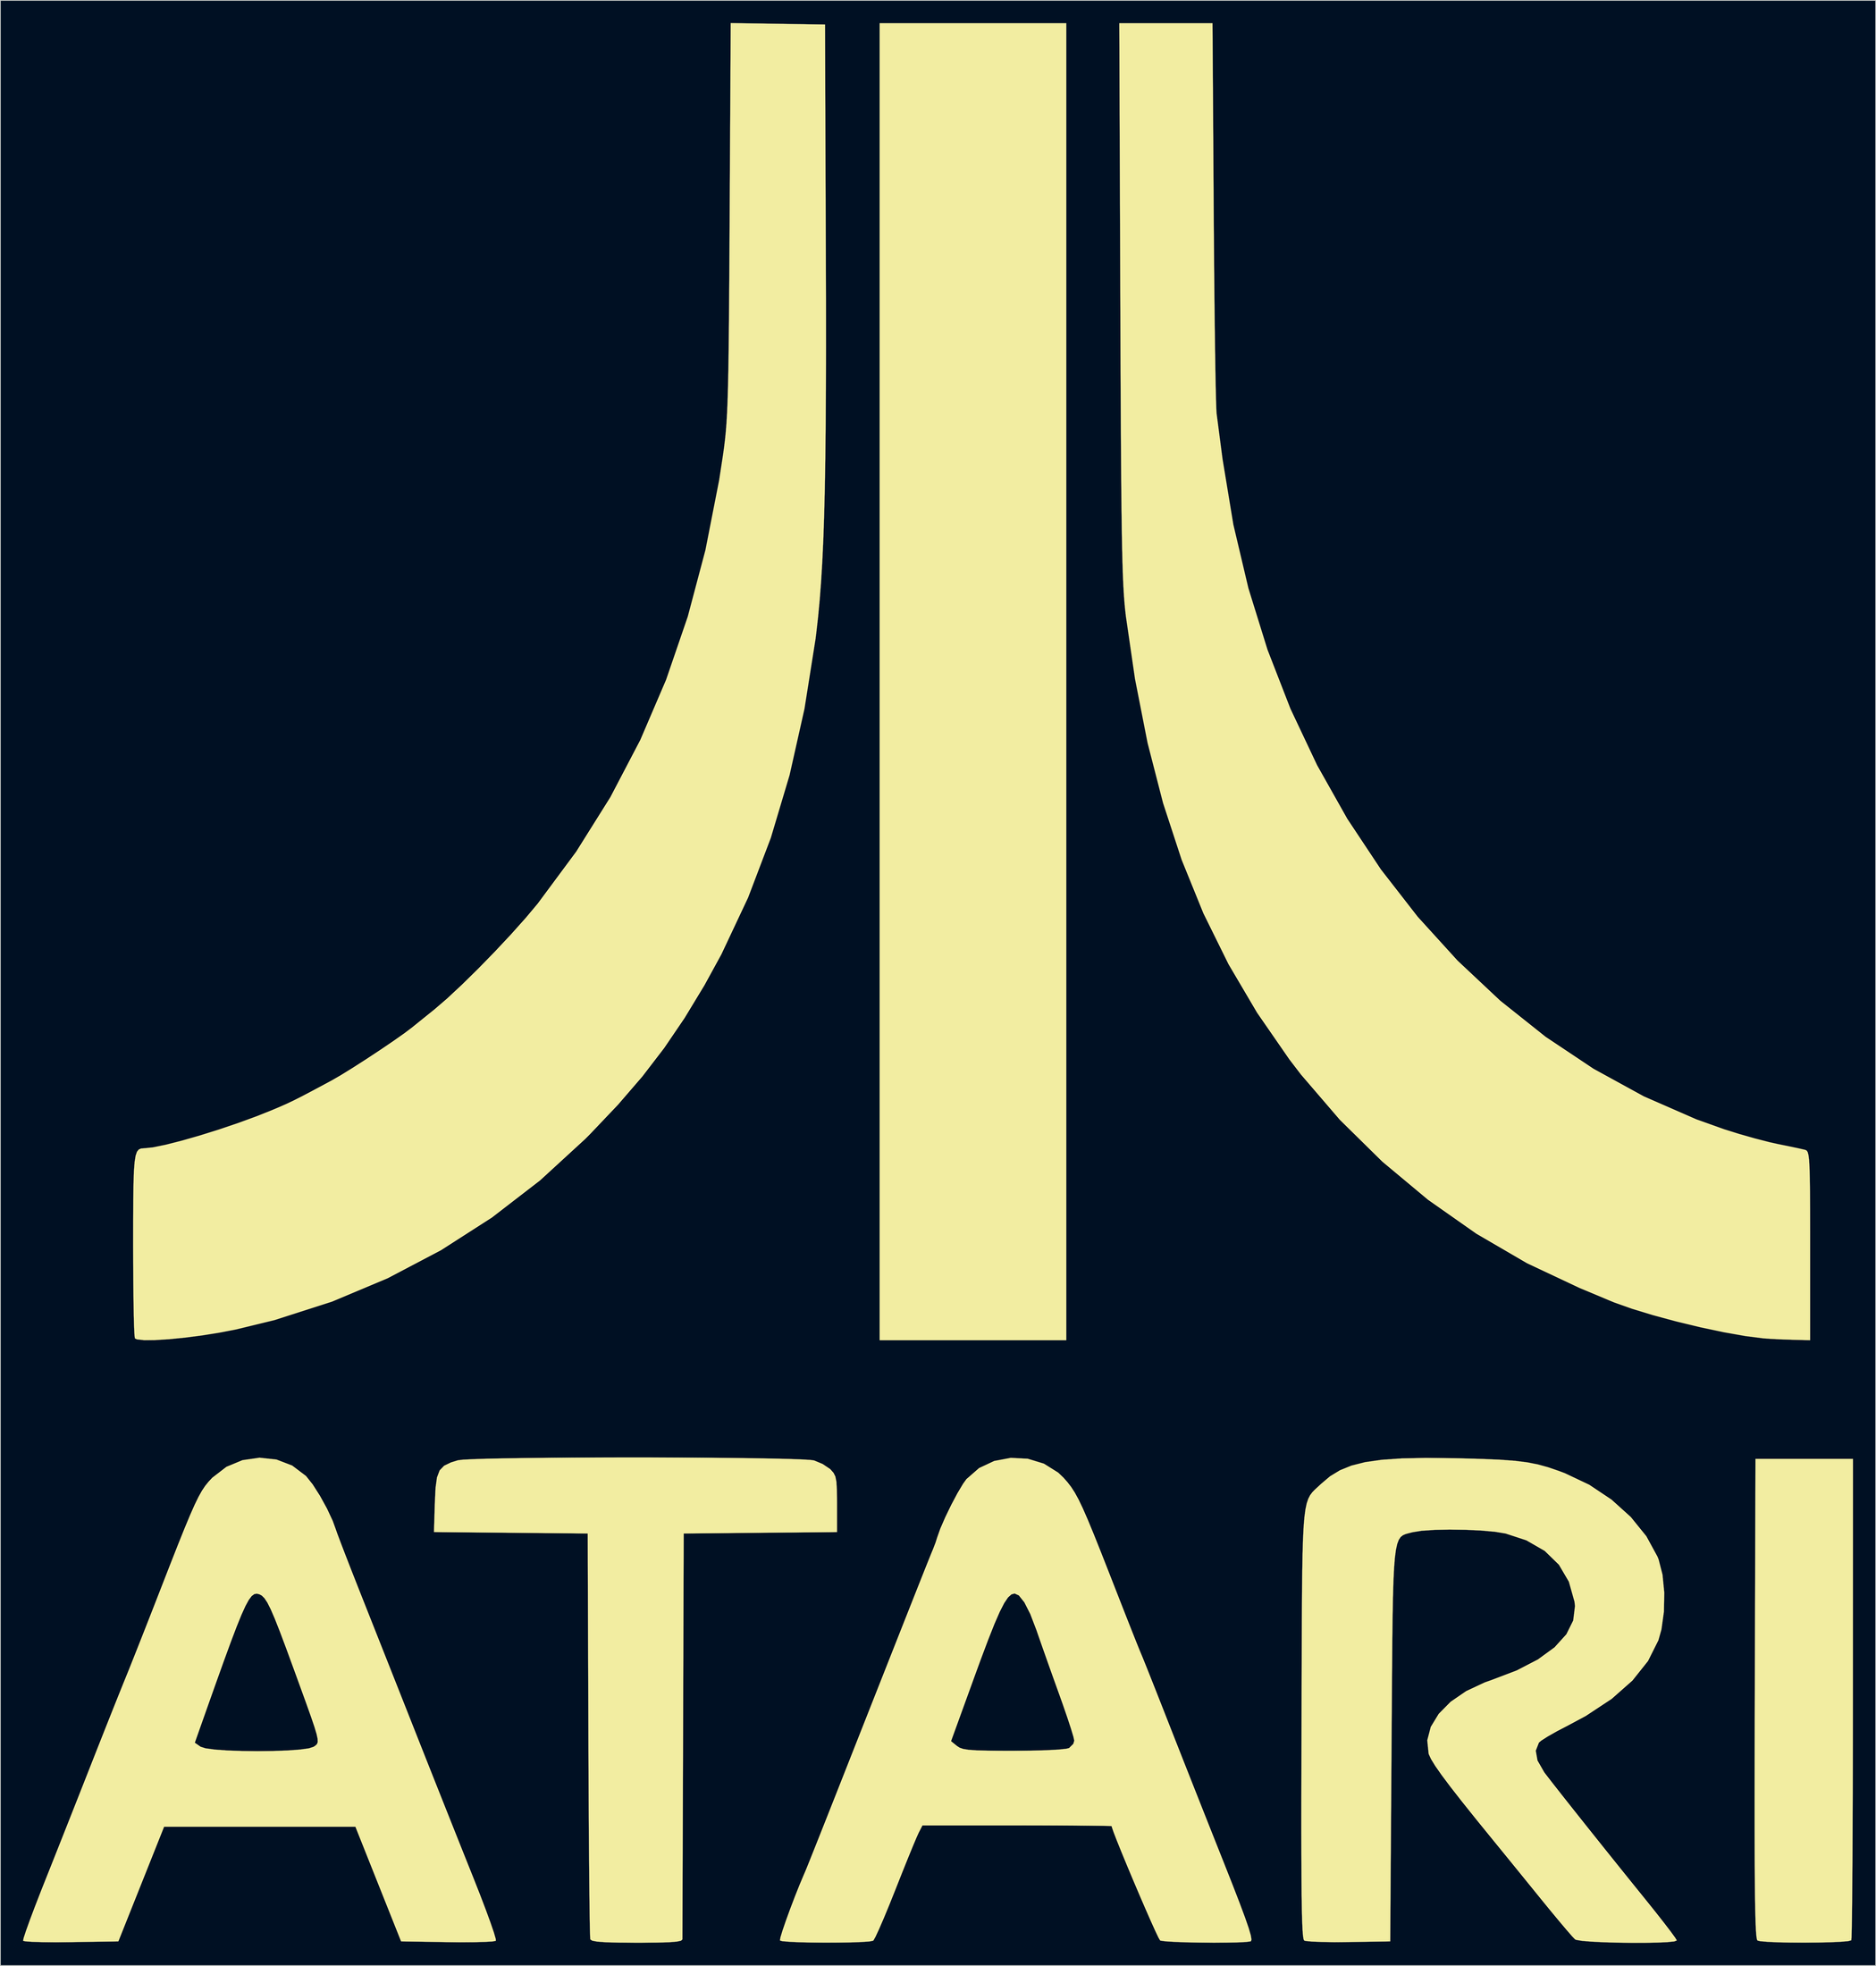
<source format=kicad_pcb>
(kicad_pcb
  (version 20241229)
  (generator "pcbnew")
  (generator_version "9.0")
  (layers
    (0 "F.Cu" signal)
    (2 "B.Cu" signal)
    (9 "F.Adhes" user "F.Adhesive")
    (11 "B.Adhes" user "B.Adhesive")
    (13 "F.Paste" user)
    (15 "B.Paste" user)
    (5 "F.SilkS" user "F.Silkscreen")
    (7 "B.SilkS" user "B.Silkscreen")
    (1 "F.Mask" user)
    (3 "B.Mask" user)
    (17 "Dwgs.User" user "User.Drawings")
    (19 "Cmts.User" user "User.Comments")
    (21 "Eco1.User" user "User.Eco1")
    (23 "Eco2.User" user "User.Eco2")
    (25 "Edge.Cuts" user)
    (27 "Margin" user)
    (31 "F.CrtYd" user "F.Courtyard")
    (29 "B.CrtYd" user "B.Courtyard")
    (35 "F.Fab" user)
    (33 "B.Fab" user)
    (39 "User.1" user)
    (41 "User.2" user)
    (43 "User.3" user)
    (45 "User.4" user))
  (footprint "ATARI-FUJI"
    (layer "F.Cu")
    (at 123.931 125.963)
    (property "Reference" "ATARI-FUJI" (at 0 0 0) (layer "F.SilkS") (effects (font (size 1.524 1.524) (thickness 0.3))))
    (attr through_hole)
    (fp_poly (pts (xy 14.111 48.331) (xy -10.583 48.331) (xy -10.583 -125.942) (xy 14.111 -125.942) (xy 14.111 48.331)) (stroke (width 0.01) (type solid)) (fill yes) (layer "F.SilkS"))
    (fp_poly (pts (xy 118.196 95.721) (xy 118.192 100.391) (xy 118.184 104.861) (xy 118.173 109.08) (xy 118.158 112.997) (xy 118.14 116.563) (xy 118.119 119.726) (xy 118.096 122.436) (xy 118.071 124.642) (xy 118.044 126.295) (xy 118.015 127.343) (xy 117.986 127.735) (xy 117.986 127.736) (xy 117.582 127.845) (xy 116.614 127.931) (xy 115.224 127.994) (xy 113.554 128.032) (xy 111.743 128.047) (xy 109.934 128.037) (xy 108.268 128.002) (xy 106.887 127.941) (xy 105.932 127.855) (xy 105.567 127.766) (xy 105.488 127.585) (xy 105.42 127.122) (xy 105.361 126.341) (xy 105.312 125.206) (xy 105.271 123.679) (xy 105.239 121.723) (xy 105.216 119.303) (xy 105.2 116.382) (xy 105.191 112.921) (xy 105.19 108.886) (xy 105.195 104.239) (xy 105.206 98.942) (xy 105.214 95.757) (xy 105.304 64.029) (xy 118.207 64.029) (xy 118.196 95.721)) (stroke (width 0.01) (type solid)) (fill yes) (layer "F.SilkS"))
    (fp_poly (pts (xy -40.696 63.848) (xy -37.133 63.859) (xy -33.69 63.879) (xy -30.442 63.907) (xy -27.462 63.943) (xy -24.827 63.988) (xy -22.611 64.041) (xy -20.889 64.103) (xy -19.737 64.173) (xy -19.27 64.237) (xy -18.137 64.708) (xy -17.162 65.361) (xy -17.065 65.453) (xy -16.688 65.882) (xy -16.445 66.369) (xy -16.307 67.069) (xy -16.244 68.141) (xy -16.228 69.739) (xy -16.228 70.005) (xy -16.228 73.72) (xy -26.37 73.813) (xy -36.513 73.907) (xy -36.597 100.542) (xy -36.611 104.821) (xy -36.624 108.898) (xy -36.636 112.719) (xy -36.648 116.228) (xy -36.658 119.369) (xy -36.667 122.086) (xy -36.674 124.324) (xy -36.68 126.028) (xy -36.684 127.142) (xy -36.686 127.61) (xy -36.686 127.617) (xy -36.861 127.787) (xy -37.434 127.911) (xy -38.479 127.994) (xy -40.069 128.041) (xy -42.279 128.058) (xy -42.697 128.058) (xy -45.057 128.044) (xy -46.782 127.997) (xy -47.946 127.914) (xy -48.619 127.787) (xy -48.871 127.617) (xy -48.899 127.202) (xy -48.928 126.136) (xy -48.957 124.476) (xy -48.985 122.277) (xy -49.013 119.594) (xy -49.04 116.484) (xy -49.065 113.002) (xy -49.088 109.203) (xy -49.107 105.143) (xy -49.124 100.878) (xy -49.125 100.542) (xy -49.212 73.907) (xy -59.386 73.813) (xy -69.559 73.72) (xy -69.44 69.813) (xy -69.347 67.863) (xy -69.159 66.488) (xy -68.805 65.557) (xy -68.213 64.939) (xy -67.312 64.504) (xy -66.382 64.216) (xy -65.751 64.14) (xy -64.49 64.073) (xy -62.672 64.014) (xy -60.375 63.964) (xy -57.671 63.923) (xy -54.638 63.891) (xy -51.348 63.867) (xy -47.878 63.852) (xy -44.302 63.846) (xy -40.696 63.848)) (stroke (width 0.01) (type solid)) (fill yes) (layer "F.SilkS"))
    (fp_poly (pts (xy 33.617 -100.983) (xy 33.646 -96.8) (xy 33.68 -92.787) (xy 33.718 -89.007) (xy 33.759 -85.519) (xy 33.801 -82.386) (xy 33.845 -79.67) (xy 33.89 -77.432) (xy 33.933 -75.734) (xy 33.975 -74.636) (xy 34.003 -74.26) (xy 34.143 -73.191) (xy 34.344 -71.643) (xy 34.58 -69.837) (xy 34.785 -68.263) (xy 36.215 -59.594) (xy 38.204 -51.18) (xy 40.729 -43.049) (xy 43.767 -35.233) (xy 47.296 -27.76) (xy 51.295 -20.661) (xy 55.739 -13.966) (xy 60.608 -7.703) (xy 65.879 -1.904) (xy 71.529 3.402) (xy 77.537 8.186) (xy 83.88 12.418) (xy 90.535 16.067) (xy 97.48 19.104) (xy 101.154 20.416) (xy 103.125 21.033) (xy 105.21 21.627) (xy 107.126 22.121) (xy 108.307 22.384) (xy 109.748 22.676) (xy 110.973 22.934) (xy 111.778 23.117) (xy 111.919 23.154) (xy 112.082 23.242) (xy 112.214 23.448) (xy 112.318 23.84) (xy 112.397 24.489) (xy 112.454 25.462) (xy 112.493 26.828) (xy 112.518 28.657) (xy 112.531 31.017) (xy 112.536 33.976) (xy 112.536 35.831) (xy 112.536 48.331) (xy 110.155 48.271) (xy 108.667 48.22) (xy 107.237 48.147) (xy 106.362 48.084) (xy 103.955 47.777) (xy 101.113 47.274) (xy 98.016 46.617) (xy 94.842 45.851) (xy 91.767 45.02) (xy 88.97 44.168) (xy 86.629 43.338) (xy 85.901 43.04) (xy 85.277 42.775) (xy 84.186 42.317) (xy 82.811 41.742) (xy 82.021 41.412) (xy 75.072 38.14) (xy 68.369 34.232) (xy 61.968 29.737) (xy 55.929 24.698) (xy 50.309 19.164) (xy 45.168 13.178) (xy 43.63 11.171) (xy 39.364 4.999) (xy 35.579 -1.426) (xy 32.257 -8.156) (xy 29.378 -15.244) (xy 26.923 -22.741) (xy 24.872 -30.7) (xy 23.208 -39.172) (xy 22.002 -47.449) (xy 21.902 -48.323) (xy 21.812 -49.264) (xy 21.733 -50.317) (xy 21.662 -51.528) (xy 21.6 -52.94) (xy 21.546 -54.6) (xy 21.498 -56.552) (xy 21.456 -58.842) (xy 21.42 -61.514) (xy 21.387 -64.613) (xy 21.359 -68.186) (xy 21.333 -72.275) (xy 21.309 -76.928) (xy 21.286 -82.188) (xy 21.263 -88.102) (xy 21.259 -89.165) (xy 21.128 -125.942) (xy 33.46 -125.942) (xy 33.617 -100.983)) (stroke (width 0.01) (type solid)) (fill yes) (layer "F.SilkS"))
    (fp_poly (pts (xy -17.815 -125.765) (xy -17.709 -95.956) (xy -17.69 -89.21) (xy -17.686 -83.12) (xy -17.698 -77.636) (xy -17.727 -72.709) (xy -17.775 -68.289) (xy -17.842 -64.327) (xy -17.93 -60.772) (xy -18.04 -57.575) (xy -18.174 -54.687) (xy -18.334 -52.059) (xy -18.519 -49.639) (xy -18.732 -47.38) (xy -18.974 -45.231) (xy -19.071 -44.453) (xy -20.536 -35.22) (xy -22.504 -26.46) (xy -24.987 -18.144) (xy -27.992 -10.244) (xy -31.53 -2.729) (xy -33.768 1.358) (xy -36.399 5.698) (xy -39.093 9.663) (xy -41.982 13.427) (xy -45.201 17.16) (xy -48.881 21.033) (xy -49.552 21.708) (xy -55.519 27.183) (xy -61.886 32.092) (xy -68.618 36.413) (xy -75.679 40.128) (xy -83.035 43.218) (xy -90.65 45.664) (xy -95.779 46.911) (xy -97.987 47.336) (xy -100.276 47.7) (xy -102.529 47.991) (xy -104.63 48.199) (xy -106.461 48.313) (xy -107.906 48.324) (xy -108.847 48.221) (xy -109.126 48.095) (xy -109.181 47.699) (xy -109.232 46.68) (xy -109.277 45.122) (xy -109.314 43.107) (xy -109.341 40.718) (xy -109.357 38.038) (xy -109.361 35.819) (xy -109.359 32.465) (xy -109.346 29.75) (xy -109.315 27.606) (xy -109.259 25.966) (xy -109.169 24.762) (xy -109.038 23.927) (xy -108.857 23.394) (xy -108.62 23.095) (xy -108.319 22.963) (xy -107.945 22.931) (xy -107.875 22.931) (xy -106.718 22.807) (xy -105.031 22.461) (xy -102.939 21.929) (xy -100.567 21.25) (xy -98.042 20.461) (xy -95.489 19.598) (xy -93.033 18.7) (xy -91.145 17.949) (xy -90.043 17.485) (xy -89.099 17.07) (xy -88.172 16.632) (xy -87.119 16.102) (xy -85.797 15.409) (xy -84.064 14.482) (xy -83.079 13.952) (xy -81.883 13.261) (xy -80.304 12.285) (xy -78.506 11.132) (xy -76.656 9.911) (xy -74.918 8.732) (xy -73.458 7.703) (xy -72.464 6.952) (xy -71.877 6.478) (xy -70.922 5.708) (xy -69.783 4.791) (xy -69.497 4.561) (xy -67.844 3.14) (xy -65.874 1.304) (xy -63.716 -0.816) (xy -61.5 -3.089) (xy -59.353 -5.381) (xy -57.404 -7.562) (xy -55.831 -9.44) (xy -50.735 -16.318) (xy -46.212 -23.532) (xy -42.25 -31.104) (xy -38.84 -39.06) (xy -35.971 -47.424) (xy -33.635 -56.22) (xy -31.82 -65.473) (xy -31.311 -68.792) (xy -31.171 -69.809) (xy -31.049 -70.809) (xy -30.944 -71.85) (xy -30.854 -72.989) (xy -30.778 -74.284) (xy -30.713 -75.793) (xy -30.658 -77.573) (xy -30.612 -79.681) (xy -30.572 -82.176) (xy -30.538 -85.115) (xy -30.507 -88.556) (xy -30.479 -92.556) (xy -30.45 -97.173) (xy -30.435 -99.932) (xy -30.29 -125.958) (xy -17.815 -125.765)) (stroke (width 0.01) (type solid)) (fill yes) (layer "F.SilkS"))
    (fp_poly (pts (xy -90.41 64.116) (xy -88.32 64.917) (xy -86.512 66.283) (xy -86.47 66.326) (xy -85.61 67.407) (xy -84.648 68.913) (xy -83.718 70.604) (xy -82.954 72.24) (xy -82.556 73.335) (xy -82.352 73.919) (xy -81.926 75.052) (xy -81.32 76.631) (xy -80.573 78.551) (xy -79.726 80.705) (xy -79.206 82.021) (xy -78.254 84.421) (xy -77.112 87.305) (xy -75.845 90.502) (xy -74.524 93.841) (xy -73.214 97.15) (xy -71.986 100.257) (xy -71.873 100.542) (xy -70.644 103.647) (xy -69.316 106.994) (xy -67.96 110.406) (xy -66.646 113.706) (xy -65.445 116.716) (xy -64.427 119.26) (xy -64.365 119.415) (xy -63.48 121.657) (xy -62.706 123.684) (xy -62.077 125.403) (xy -61.625 126.724) (xy -61.384 127.554) (xy -61.362 127.802) (xy -61.78 127.886) (xy -62.784 127.948) (xy -64.255 127.986) (xy -66.074 127.995) (xy -67.76 127.979) (xy -73.907 127.882) (xy -76.93 120.297) (xy -79.952 112.713) (xy -105.269 112.713) (xy -108.294 120.297) (xy -111.32 127.882) (xy -117.546 127.978) (xy -119.567 127.995) (xy -121.332 127.981) (xy -122.724 127.94) (xy -123.627 127.875) (xy -123.926 127.802) (xy -123.845 127.409) (xy -123.533 126.46) (xy -123.027 125.053) (xy -122.362 123.286) (xy -121.573 121.256) (xy -121.193 120.297) (xy -120.17 117.73) (xy -118.981 114.732) (xy -117.713 111.529) (xy -116.457 108.35) (xy -115.302 105.419) (xy -115.049 104.775) (xy -114.064 102.276) (xy -113.792 101.59) (xy -101.205 101.59) (xy -100.442 102.124) (xy -99.779 102.335) (xy -98.553 102.499) (xy -96.907 102.617) (xy -94.981 102.687) (xy -92.916 102.711) (xy -90.855 102.687) (xy -88.938 102.617) (xy -87.307 102.499) (xy -86.104 102.334) (xy -85.483 102.132) (xy -85.225 101.954) (xy -85.037 101.772) (xy -84.939 101.51) (xy -84.949 101.093) (xy -85.088 100.446) (xy -85.374 99.493) (xy -85.827 98.158) (xy -86.465 96.367) (xy -87.308 94.044) (xy -88.084 91.913) (xy -89.117 89.095) (xy -89.953 86.871) (xy -90.625 85.168) (xy -91.167 83.914) (xy -91.611 83.037) (xy -91.992 82.464) (xy -92.342 82.121) (xy -92.654 81.953) (xy -93 81.868) (xy -93.333 81.927) (xy -93.678 82.182) (xy -94.06 82.689) (xy -94.504 83.5) (xy -95.034 84.669) (xy -95.676 86.251) (xy -96.454 88.299) (xy -97.393 90.866) (xy -98.518 94.007) (xy -99.49 96.744) (xy -101.205 101.59) (xy -113.792 101.59) (xy -113.079 99.788) (xy -112.151 97.451) (xy -111.334 95.408) (xy -110.687 93.8) (xy -110.416 93.133) (xy -109.89 91.834) (xy -109.167 90.019) (xy -108.3 87.829) (xy -107.348 85.407) (xy -106.365 82.895) (xy -105.818 81.492) (xy -104.527 78.179) (xy -103.455 75.455) (xy -102.57 73.252) (xy -101.84 71.499) (xy -101.234 70.128) (xy -100.718 69.068) (xy -100.261 68.25) (xy -99.83 67.605) (xy -99.393 67.064) (xy -98.918 66.556) (xy -98.882 66.519) (xy -97.017 65.082) (xy -94.893 64.201) (xy -92.646 63.878) (xy -90.41 64.116)) (stroke (width 0.01) (type solid)) (fill yes) (layer "F.SilkS"))
    (fp_poly (pts (xy 65.448 63.942) (xy 66.24 63.959) (xy 69.193 64.042) (xy 71.57 64.146) (xy 73.498 64.29) (xy 75.106 64.492) (xy 76.522 64.771) (xy 77.875 65.145) (xy 79.294 65.632) (xy 80.081 65.928) (xy 83.31 67.458) (xy 86.251 69.42) (xy 88.802 71.72) (xy 90.864 74.267) (xy 92.337 76.969) (xy 92.488 77.348) (xy 93.004 79.356) (xy 93.238 81.745) (xy 93.19 84.249) (xy 92.862 86.603) (xy 92.458 88.037) (xy 91.084 90.78) (xy 89.024 93.365) (xy 86.28 95.788) (xy 82.855 98.049) (xy 80.488 99.318) (xy 79.045 100.069) (xy 77.818 100.764) (xy 76.96 101.312) (xy 76.652 101.573) (xy 76.232 102.646) (xy 76.461 103.946) (xy 77.344 105.489) (xy 77.523 105.73) (xy 78.448 106.925) (xy 79.742 108.572) (xy 81.327 110.576) (xy 83.127 112.84) (xy 85.067 115.269) (xy 87.07 117.768) (xy 89.059 120.24) (xy 90.752 122.335) (xy 92.059 123.964) (xy 93.196 125.411) (xy 94.095 126.586) (xy 94.685 127.398) (xy 94.897 127.755) (xy 94.897 127.755) (xy 94.567 127.884) (xy 93.663 127.978) (xy 92.318 128.04) (xy 90.663 128.072) (xy 88.829 128.073) (xy 86.948 128.046) (xy 85.152 127.992) (xy 83.571 127.913) (xy 82.339 127.809) (xy 81.585 127.682) (xy 81.437 127.617) (xy 81.046 127.209) (xy 80.297 126.348) (xy 79.271 125.132) (xy 78.051 123.659) (xy 76.891 122.237) (xy 75.405 120.406) (xy 73.89 118.54) (xy 72.475 116.8) (xy 71.292 115.347) (xy 70.725 114.653) (xy 68.381 111.77) (xy 66.464 109.375) (xy 64.939 107.423) (xy 63.773 105.867) (xy 62.931 104.662) (xy 62.379 103.763) (xy 62.082 103.122) (xy 62.058 103.048) (xy 61.877 101.278) (xy 62.341 99.497) (xy 63.392 97.772) (xy 64.974 96.17) (xy 67.031 94.759) (xy 69.504 93.604) (xy 70.318 93.319) (xy 73.715 92.027) (xy 76.522 90.571) (xy 78.718 88.971) (xy 80.281 87.246) (xy 81.19 85.418) (xy 81.424 83.506) (xy 81.362 82.939) (xy 80.615 80.285) (xy 79.295 78.037) (xy 77.416 76.208) (xy 74.992 74.812) (xy 72.242 73.911) (xy 70.857 73.682) (xy 69.032 73.517) (xy 66.956 73.419) (xy 64.819 73.389) (xy 62.807 73.431) (xy 61.112 73.547) (xy 59.92 73.739) (xy 59.881 73.75) (xy 59.413 73.869) (xy 59.006 73.981) (xy 58.656 74.133) (xy 58.357 74.371) (xy 58.106 74.742) (xy 57.897 75.295) (xy 57.727 76.075) (xy 57.59 77.13) (xy 57.482 78.506) (xy 57.398 80.252) (xy 57.335 82.414) (xy 57.287 85.038) (xy 57.249 88.173) (xy 57.218 91.864) (xy 57.188 96.16) (xy 57.156 101.107) (xy 57.15 101.937) (xy 56.974 127.882) (xy 51.506 127.97) (xy 49.588 127.982) (xy 47.905 127.959) (xy 46.589 127.904) (xy 45.774 127.822) (xy 45.59 127.769) (xy 45.507 127.587) (xy 45.435 127.129) (xy 45.374 126.358) (xy 45.323 125.233) (xy 45.283 123.714) (xy 45.252 121.763) (xy 45.23 119.341) (xy 45.216 116.407) (xy 45.211 112.924) (xy 45.213 108.85) (xy 45.223 104.147) (xy 45.238 99.106) (xy 45.254 93.878) (xy 45.267 89.308) (xy 45.282 85.348) (xy 45.302 81.95) (xy 45.332 79.068) (xy 45.375 76.653) (xy 45.435 74.658) (xy 45.516 73.036) (xy 45.622 71.738) (xy 45.757 70.717) (xy 45.925 69.925) (xy 46.13 69.315) (xy 46.376 68.839) (xy 46.666 68.45) (xy 47.005 68.1) (xy 47.396 67.741) (xy 47.844 67.326) (xy 47.861 67.31) (xy 49.02 66.331) (xy 50.322 65.541) (xy 51.842 64.923) (xy 53.658 64.465) (xy 55.85 64.152) (xy 58.493 63.97) (xy 61.667 63.905) (xy 65.448 63.942)) (stroke (width 0.01) (type solid)) (fill yes) (layer "F.SilkS"))
    (fp_poly (pts (xy 9.011 64.014) (xy 11.148 64.666) (xy 13.043 65.853) (xy 13.737 66.517) (xy 14.272 67.123) (xy 14.759 67.756) (xy 15.235 68.492) (xy 15.735 69.406) (xy 16.295 70.574) (xy 16.951 72.074) (xy 17.739 73.979) (xy 18.694 76.367) (xy 19.852 79.313) (xy 20.29 80.433) (xy 21.211 82.786) (xy 22.06 84.949) (xy 22.802 86.828) (xy 23.397 88.326) (xy 23.809 89.347) (xy 23.991 89.782) (xy 24.206 90.296) (xy 24.639 91.369) (xy 25.251 92.903) (xy 26.003 94.802) (xy 26.856 96.966) (xy 27.568 98.778) (xy 28.594 101.39) (xy 29.807 104.468) (xy 31.132 107.822) (xy 32.494 111.262) (xy 33.818 114.599) (xy 34.922 117.375) (xy 36.119 120.402) (xy 37.059 122.833) (xy 37.761 124.718) (xy 38.243 126.112) (xy 38.522 127.066) (xy 38.617 127.632) (xy 38.545 127.864) (xy 38.534 127.87) (xy 37.959 127.954) (xy 36.849 128.012) (xy 35.353 128.045) (xy 33.619 128.054) (xy 31.797 128.04) (xy 30.036 128.005) (xy 28.486 127.95) (xy 27.295 127.877) (xy 26.613 127.788) (xy 26.528 127.756) (xy 26.314 127.392) (xy 25.883 126.487) (xy 25.282 125.156) (xy 24.559 123.511) (xy 23.763 121.666) (xy 22.941 119.733) (xy 22.141 117.827) (xy 21.412 116.06) (xy 20.802 114.546) (xy 20.359 113.398) (xy 20.13 112.73) (xy 20.109 112.624) (xy 19.769 112.604) (xy 18.803 112.585) (xy 17.29 112.569) (xy 15.31 112.555) (xy 12.941 112.545) (xy 10.263 112.538) (xy 7.594 112.536) (xy -4.921 112.536) (xy -5.421 113.506) (xy -5.703 114.13) (xy -6.192 115.291) (xy -6.84 116.872) (xy -7.596 118.751) (xy -8.413 120.812) (xy -8.488 121.003) (xy -9.294 123.016) (xy -10.034 124.804) (xy -10.665 126.261) (xy -11.141 127.284) (xy -11.415 127.769) (xy -11.436 127.788) (xy -11.918 127.887) (xy -12.945 127.961) (xy -14.374 128.013) (xy -16.065 128.041) (xy -17.876 128.047) (xy -19.666 128.03) (xy -21.292 127.991) (xy -22.614 127.93) (xy -23.49 127.848) (xy -23.777 127.763) (xy -23.714 127.36) (xy -23.435 126.441) (xy -22.992 125.147) (xy -22.434 123.615) (xy -21.813 121.983) (xy -21.179 120.391) (xy -20.582 118.977) (xy -20.464 118.71) (xy -20.256 118.207) (xy -19.826 117.139) (xy -19.209 115.596) (xy -18.443 113.669) (xy -17.563 111.449) (xy -16.605 109.027) (xy -16.458 108.656) (xy -14.339 103.286) (xy -13.59 101.388) (xy -1.138 101.388) (xy -0.354 102.023) (xy -0.007 102.248) (xy 0.467 102.413) (xy 1.173 102.527) (xy 2.214 102.6) (xy 3.695 102.64) (xy 5.72 102.657) (xy 7.118 102.658) (xy 9.476 102.639) (xy 11.494 102.584) (xy 13.074 102.499) (xy 14.119 102.388) (xy 14.487 102.293) (xy 15.039 101.747) (xy 15.169 101.32) (xy 15.054 100.795) (xy 14.734 99.735) (xy 14.251 98.263) (xy 13.645 96.508) (xy 13.196 95.247) (xy 12.427 93.11) (xy 11.648 90.923) (xy 10.932 88.896) (xy 10.352 87.237) (xy 10.17 86.708) (xy 9.349 84.564) (xy 8.563 83.016) (xy 7.833 82.099) (xy 7.268 81.844) (xy 6.847 81.966) (xy 6.4 82.369) (xy 5.896 83.115) (xy 5.308 84.262) (xy 4.606 85.87) (xy 3.762 87.998) (xy 2.745 90.707) (xy 2.122 92.41) (xy -1.138 101.388) (xy -13.59 101.388) (xy -12.464 98.536) (xy -10.818 94.367) (xy -9.386 90.741) (xy -8.153 87.621) (xy -7.105 84.969) (xy -6.226 82.748) (xy -5.502 80.92) (xy -4.917 79.447) (xy -4.458 78.292) (xy -4.108 77.417) (xy -3.853 76.785) (xy -3.679 76.357) (xy -3.569 76.097) (xy -3.537 76.024) (xy -3.185 75.107) (xy -2.973 74.436) (xy -2.555 73.257) (xy -1.898 71.747) (xy -1.107 70.115) (xy -0.287 68.571) (xy 0.458 67.322) (xy 0.897 66.713) (xy 2.574 65.247) (xy 4.581 64.307) (xy 6.774 63.895) (xy 9.011 64.014)) (stroke (width 0.01) (type solid)) (fill yes) (layer "F.SilkS")))
  (gr_rect
    (start -3 -3)
    (end 245.142 257.041)
    (stroke (width 0.1) (type default))
    (fill no)
    (layer "Edge.Cuts")))
</source>
